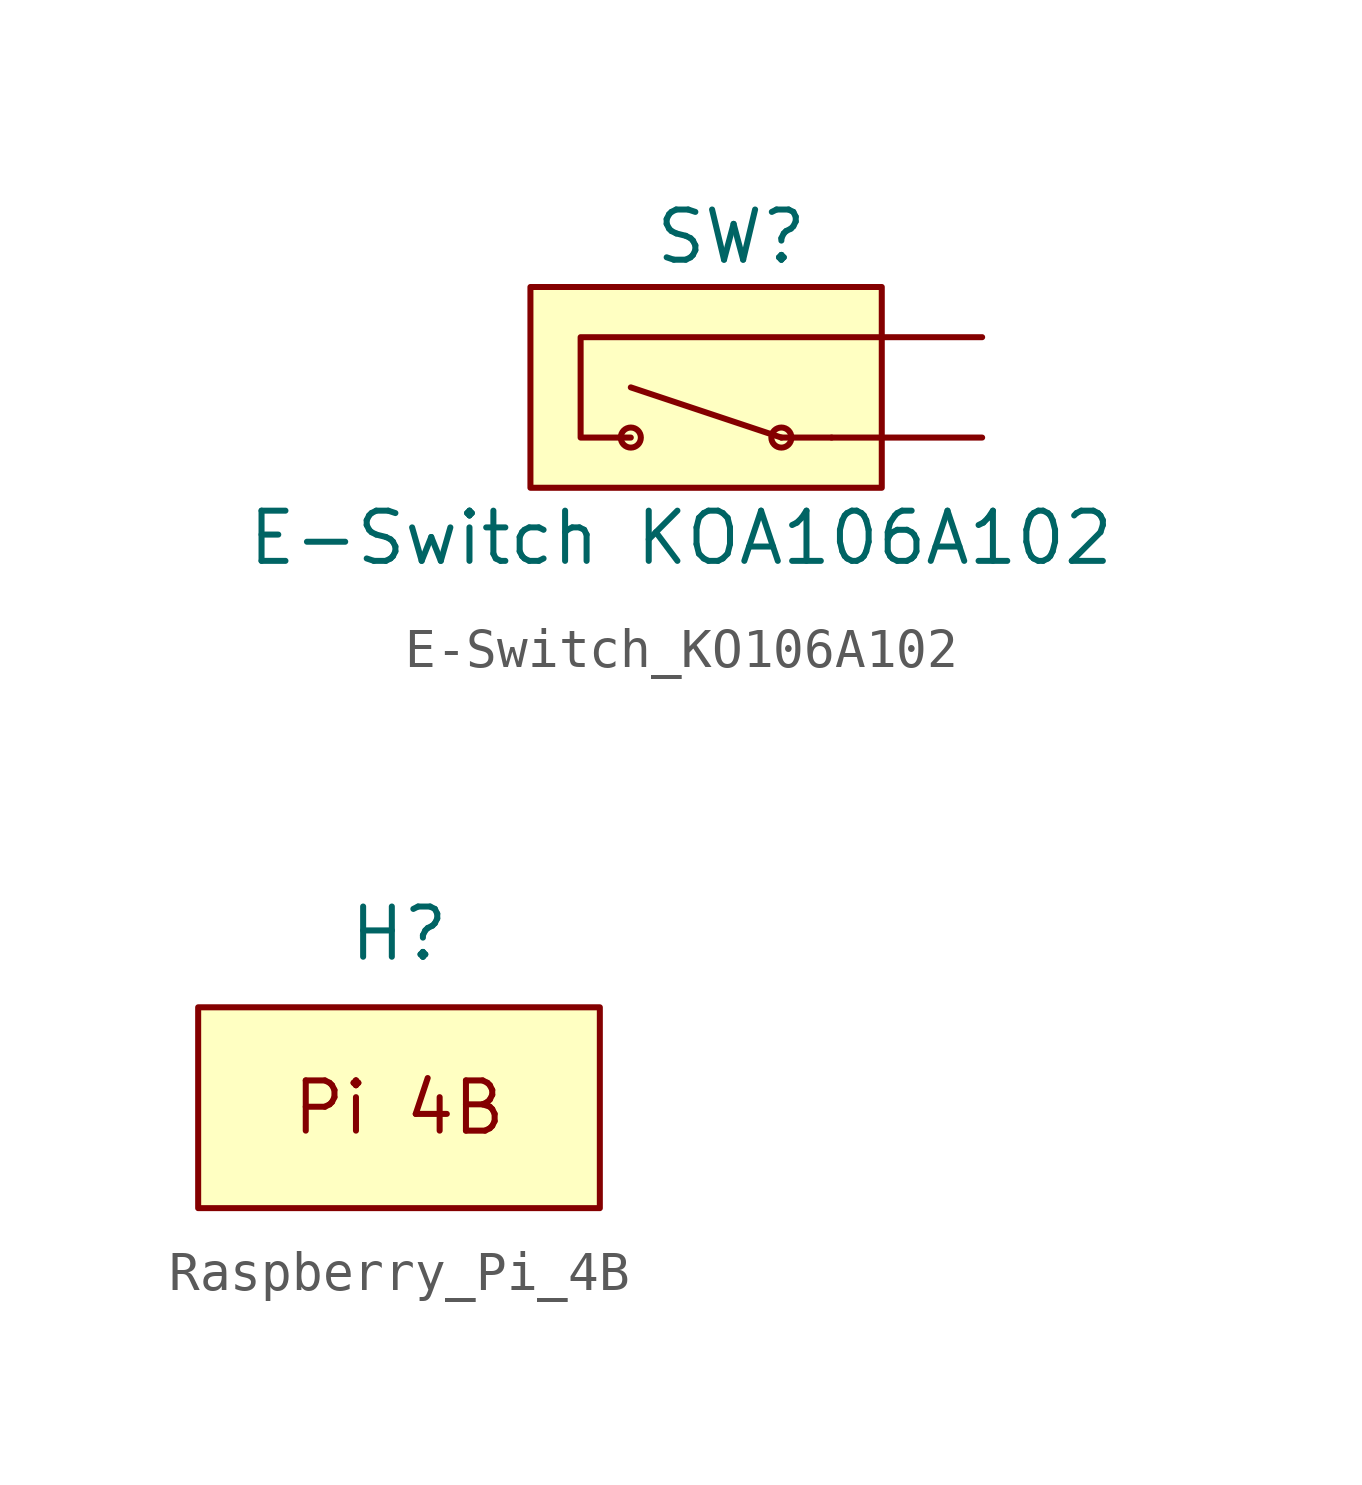
<source format=kicad_sym>
(kicad_symbol_lib
  (version 20220914)
  (generator kicad_symbol_editor)
  (symbol "E-Switch_KO106A102"
    (pin_numbers hide)
    (pin_names hide)
    (property "Reference" "SW"
      (at -3.81 2.54 0)
      (effects (font (size 1.27 1.27))))
    (property "Value" "E-Switch KOA106A102"
      (at -5.08 -5.08 0)
      (effects (font (size 1.27 1.27))))
    (symbol "E-Switch_KO106A102_1_1"
      (rectangle (start -8.89 1.27) (end 0 -3.81) (stroke (width 0) (type default)) (fill (type background)))
      (circle (center -6.35 -2.54) (radius 0.254) (stroke (width 0) (type default)) (fill (type none)))
      (circle (center -2.54 -2.54) (radius 0.254) (stroke (width 0) (type default)) (fill (type none)))
      (polyline (pts (xy -2.54 -2.54) (xy -6.35 -1.27)) (stroke (width 0) (type default)) (fill (type none)))
      (polyline (pts (xy -1.27 -2.54) (xy -2.54 -2.54)) (stroke (width 0) (type default)) (fill (type none)))
      (polyline (pts (xy 0 -2.54) (xy -1.27 -2.54)) (stroke (width 0) (type default)) (fill (type none)))
      (polyline (pts (xy 0 0) (xy -7.62 0) (xy -7.62 -2.54) (xy -6.35 -2.54)) (stroke (width 0) (type default)) (fill (type none)))
      (pin passive line (at 2.54 0 180) (length 2.54) (name "" (effects (font (size 1.27 1.27)))) (number "1" (effects (font (size 1.27 1.27)))))
      (pin passive line (at 2.54 -2.54 180) (length 2.54) (name "" (effects (font (size 1.27 1.27)))) (number "2" (effects (font (size 1.27 1.27)))))))
  (symbol "Raspberry_Pi_4B"
    (property "Reference" "H"
      (at 0 4.399 0)
      (effects (font (size 1.27 1.27))))
    (symbol "Raspberry_Pi_4B_1_1"
      (rectangle (start -5.08 2.54) (end 5.08 -2.54) (stroke (width 0) (type default)) (fill (type background)))
      (text "Pi 4B" (at 0 0 0) (effects (font (size 1.27 1.27)))))))
</source>
